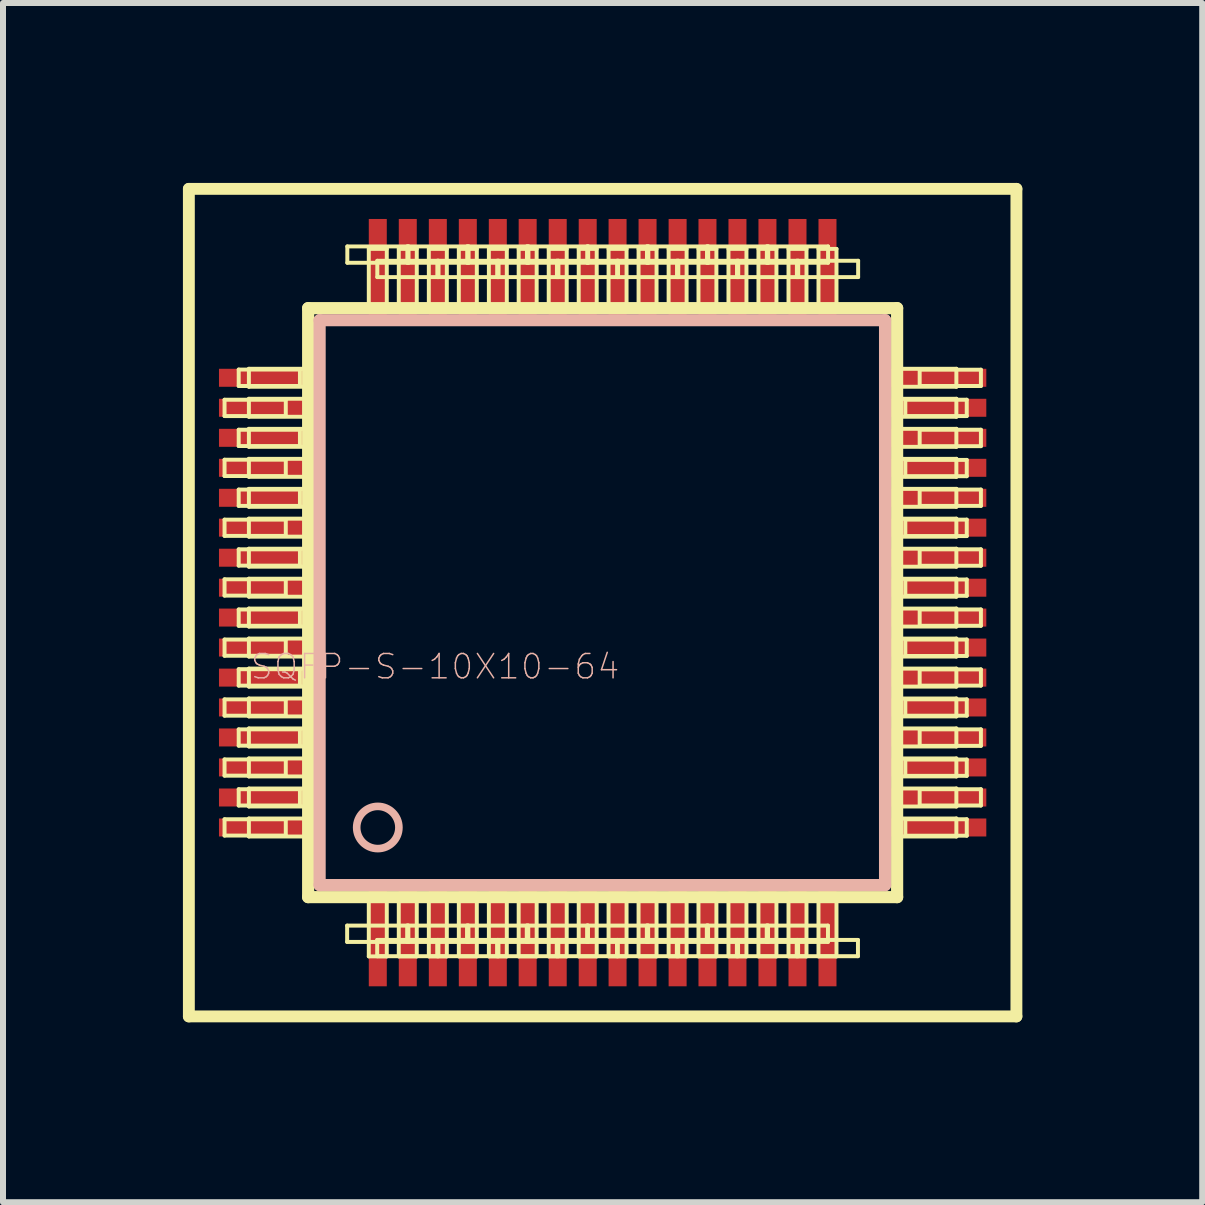
<source format=kicad_pcb>
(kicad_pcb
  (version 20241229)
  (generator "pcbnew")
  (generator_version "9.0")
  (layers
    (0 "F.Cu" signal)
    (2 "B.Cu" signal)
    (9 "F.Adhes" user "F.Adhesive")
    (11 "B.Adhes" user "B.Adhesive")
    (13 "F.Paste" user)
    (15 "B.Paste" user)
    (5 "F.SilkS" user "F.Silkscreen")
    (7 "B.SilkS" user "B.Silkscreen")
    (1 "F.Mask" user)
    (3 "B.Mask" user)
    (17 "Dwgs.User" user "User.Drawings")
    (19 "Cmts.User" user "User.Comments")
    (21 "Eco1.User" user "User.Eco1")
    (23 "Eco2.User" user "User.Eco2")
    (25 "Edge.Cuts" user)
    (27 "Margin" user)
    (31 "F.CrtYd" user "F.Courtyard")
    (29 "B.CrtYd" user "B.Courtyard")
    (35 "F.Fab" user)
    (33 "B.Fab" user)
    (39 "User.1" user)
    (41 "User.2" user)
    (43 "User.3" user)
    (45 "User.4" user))
  (footprint "SQFP-S-10X10-64"
    (layer "F.Cu")
    (at 6.998 6.998)
    (property "Reference" "SQFP-S-10X10-64" (at -2.794 1.067 0) (layer "B.SilkS") (effects (font (size 0.406 0.406) (thickness 0.025))))
    (attr smd)
    (fp_line (start -6.899 -6.899) (end 6.899 -6.899) (stroke (width 0.198) (type solid)) (layer "F.SilkS"))
    (fp_line (start -6.899 6.899) (end -6.899 -6.899) (stroke (width 0.198) (type solid)) (layer "F.SilkS"))
    (fp_line (start -6.304 -3.383) (end -5.283 -3.383) (stroke (width 0.066) (type solid)) (layer "F.SilkS"))
    (fp_line (start -6.304 -3.111) (end -6.304 -3.383) (stroke (width 0.066) (type solid)) (layer "F.SilkS"))
    (fp_line (start -6.304 -3.111) (end -5.283 -3.111) (stroke (width 0.066) (type solid)) (layer "F.SilkS"))
    (fp_line (start -6.304 -2.383) (end -5.283 -2.383) (stroke (width 0.066) (type solid)) (layer "F.SilkS"))
    (fp_line (start -6.304 -2.111) (end -6.304 -2.383) (stroke (width 0.066) (type solid)) (layer "F.SilkS"))
    (fp_line (start -6.304 -2.111) (end -5.283 -2.111) (stroke (width 0.066) (type solid)) (layer "F.SilkS"))
    (fp_line (start -6.304 -1.384) (end -5.283 -1.384) (stroke (width 0.066) (type solid)) (layer "F.SilkS"))
    (fp_line (start -6.304 -1.113) (end -6.304 -1.384) (stroke (width 0.066) (type solid)) (layer "F.SilkS"))
    (fp_line (start -6.304 -1.113) (end -5.283 -1.113) (stroke (width 0.066) (type solid)) (layer "F.SilkS"))
    (fp_line (start -6.304 -0.389) (end -5.283 -0.389) (stroke (width 0.066) (type solid)) (layer "F.SilkS"))
    (fp_line (start -6.304 -0.117) (end -6.304 -0.389) (stroke (width 0.066) (type solid)) (layer "F.SilkS"))
    (fp_line (start -6.304 -0.117) (end -5.283 -0.117) (stroke (width 0.066) (type solid)) (layer "F.SilkS"))
    (fp_line (start -6.304 0.615) (end -5.283 0.615) (stroke (width 0.066) (type solid)) (layer "F.SilkS"))
    (fp_line (start -6.304 0.886) (end -6.304 0.615) (stroke (width 0.066) (type solid)) (layer "F.SilkS"))
    (fp_line (start -6.304 0.886) (end -5.283 0.886) (stroke (width 0.066) (type solid)) (layer "F.SilkS"))
    (fp_line (start -6.304 1.613) (end -5.283 1.613) (stroke (width 0.066) (type solid)) (layer "F.SilkS"))
    (fp_line (start -6.304 1.885) (end -6.304 1.613) (stroke (width 0.066) (type solid)) (layer "F.SilkS"))
    (fp_line (start -6.304 1.885) (end -5.283 1.885) (stroke (width 0.066) (type solid)) (layer "F.SilkS"))
    (fp_line (start -6.304 2.614) (end -5.283 2.614) (stroke (width 0.066) (type solid)) (layer "F.SilkS"))
    (fp_line (start -6.304 2.885) (end -6.304 2.614) (stroke (width 0.066) (type solid)) (layer "F.SilkS"))
    (fp_line (start -6.304 2.885) (end -5.283 2.885) (stroke (width 0.066) (type solid)) (layer "F.SilkS"))
    (fp_line (start -6.304 3.612) (end -5.283 3.612) (stroke (width 0.066) (type solid)) (layer "F.SilkS"))
    (fp_line (start -6.304 3.884) (end -6.304 3.612) (stroke (width 0.066) (type solid)) (layer "F.SilkS"))
    (fp_line (start -6.304 3.884) (end -5.283 3.884) (stroke (width 0.066) (type solid)) (layer "F.SilkS"))
    (fp_line (start -6.068 -3.886) (end -5.047 -3.886) (stroke (width 0.066) (type solid)) (layer "F.SilkS"))
    (fp_line (start -6.068 -3.612) (end -6.068 -3.886) (stroke (width 0.066) (type solid)) (layer "F.SilkS"))
    (fp_line (start -6.068 -3.612) (end -5.047 -3.612) (stroke (width 0.066) (type solid)) (layer "F.SilkS"))
    (fp_line (start -6.068 -2.883) (end -5.047 -2.883) (stroke (width 0.066) (type solid)) (layer "F.SilkS"))
    (fp_line (start -6.068 -2.611) (end -6.068 -2.883) (stroke (width 0.066) (type solid)) (layer "F.SilkS"))
    (fp_line (start -6.068 -2.611) (end -5.047 -2.611) (stroke (width 0.066) (type solid)) (layer "F.SilkS"))
    (fp_line (start -6.068 -1.885) (end -5.047 -1.885) (stroke (width 0.066) (type solid)) (layer "F.SilkS"))
    (fp_line (start -6.068 -1.613) (end -6.068 -1.885) (stroke (width 0.066) (type solid)) (layer "F.SilkS"))
    (fp_line (start -6.068 -1.613) (end -5.047 -1.613) (stroke (width 0.066) (type solid)) (layer "F.SilkS"))
    (fp_line (start -6.068 -0.889) (end -5.047 -0.889) (stroke (width 0.066) (type solid)) (layer "F.SilkS"))
    (fp_line (start -6.068 -0.617) (end -6.068 -0.889) (stroke (width 0.066) (type solid)) (layer "F.SilkS"))
    (fp_line (start -6.068 -0.617) (end -5.047 -0.617) (stroke (width 0.066) (type solid)) (layer "F.SilkS"))
    (fp_line (start -6.068 0.114) (end -5.047 0.114) (stroke (width 0.066) (type solid)) (layer "F.SilkS"))
    (fp_line (start -6.068 0.386) (end -6.068 0.114) (stroke (width 0.066) (type solid)) (layer "F.SilkS"))
    (fp_line (start -6.068 0.386) (end -5.047 0.386) (stroke (width 0.066) (type solid)) (layer "F.SilkS"))
    (fp_line (start -6.068 1.11) (end -5.047 1.11) (stroke (width 0.066) (type solid)) (layer "F.SilkS"))
    (fp_line (start -6.068 1.384) (end -6.068 1.11) (stroke (width 0.066) (type solid)) (layer "F.SilkS"))
    (fp_line (start -6.068 1.384) (end -5.047 1.384) (stroke (width 0.066) (type solid)) (layer "F.SilkS"))
    (fp_line (start -6.068 2.113) (end -5.047 2.113) (stroke (width 0.066) (type solid)) (layer "F.SilkS"))
    (fp_line (start -6.068 2.385) (end -6.068 2.113) (stroke (width 0.066) (type solid)) (layer "F.SilkS"))
    (fp_line (start -6.068 2.385) (end -5.047 2.385) (stroke (width 0.066) (type solid)) (layer "F.SilkS"))
    (fp_line (start -6.068 3.111) (end -5.047 3.111) (stroke (width 0.066) (type solid)) (layer "F.SilkS"))
    (fp_line (start -6.068 3.383) (end -6.068 3.111) (stroke (width 0.066) (type solid)) (layer "F.SilkS"))
    (fp_line (start -6.068 3.383) (end -5.047 3.383) (stroke (width 0.066) (type solid)) (layer "F.SilkS"))
    (fp_line (start -5.898 -3.899) (end -4.948 -3.899) (stroke (width 0.066) (type solid)) (layer "F.SilkS"))
    (fp_line (start -5.898 -3.599) (end -5.898 -3.899) (stroke (width 0.066) (type solid)) (layer "F.SilkS"))
    (fp_line (start -5.898 -3.599) (end -4.948 -3.599) (stroke (width 0.066) (type solid)) (layer "F.SilkS"))
    (fp_line (start -5.898 -3.399) (end -4.948 -3.399) (stroke (width 0.066) (type solid)) (layer "F.SilkS"))
    (fp_line (start -5.898 -3.099) (end -5.898 -3.399) (stroke (width 0.066) (type solid)) (layer "F.SilkS"))
    (fp_line (start -5.898 -3.099) (end -4.948 -3.099) (stroke (width 0.066) (type solid)) (layer "F.SilkS"))
    (fp_line (start -5.898 -2.898) (end -4.948 -2.898) (stroke (width 0.066) (type solid)) (layer "F.SilkS"))
    (fp_line (start -5.898 -2.598) (end -5.898 -2.898) (stroke (width 0.066) (type solid)) (layer "F.SilkS"))
    (fp_line (start -5.898 -2.598) (end -4.948 -2.598) (stroke (width 0.066) (type solid)) (layer "F.SilkS"))
    (fp_line (start -5.898 -2.398) (end -4.948 -2.398) (stroke (width 0.066) (type solid)) (layer "F.SilkS"))
    (fp_line (start -5.898 -2.098) (end -5.898 -2.398) (stroke (width 0.066) (type solid)) (layer "F.SilkS"))
    (fp_line (start -5.898 -2.098) (end -4.948 -2.098) (stroke (width 0.066) (type solid)) (layer "F.SilkS"))
    (fp_line (start -5.898 -1.897) (end -4.948 -1.897) (stroke (width 0.066) (type solid)) (layer "F.SilkS"))
    (fp_line (start -5.898 -1.598) (end -5.898 -1.897) (stroke (width 0.066) (type solid)) (layer "F.SilkS"))
    (fp_line (start -5.898 -1.598) (end -4.948 -1.598) (stroke (width 0.066) (type solid)) (layer "F.SilkS"))
    (fp_line (start -5.898 -1.4) (end -4.948 -1.4) (stroke (width 0.066) (type solid)) (layer "F.SilkS"))
    (fp_line (start -5.898 -1.1) (end -5.898 -1.4) (stroke (width 0.066) (type solid)) (layer "F.SilkS"))
    (fp_line (start -5.898 -1.1) (end -4.948 -1.1) (stroke (width 0.066) (type solid)) (layer "F.SilkS"))
    (fp_line (start -5.898 -0.899) (end -4.948 -0.899) (stroke (width 0.066) (type solid)) (layer "F.SilkS"))
    (fp_line (start -5.898 -0.599) (end -5.898 -0.899) (stroke (width 0.066) (type solid)) (layer "F.SilkS"))
    (fp_line (start -5.898 -0.599) (end -4.948 -0.599) (stroke (width 0.066) (type solid)) (layer "F.SilkS"))
    (fp_line (start -5.898 -0.399) (end -4.948 -0.399) (stroke (width 0.066) (type solid)) (layer "F.SilkS"))
    (fp_line (start -5.898 -0.099) (end -5.898 -0.399) (stroke (width 0.066) (type solid)) (layer "F.SilkS"))
    (fp_line (start -5.898 -0.099) (end -4.948 -0.099) (stroke (width 0.066) (type solid)) (layer "F.SilkS"))
    (fp_line (start -5.898 0.099) (end -4.948 0.099) (stroke (width 0.066) (type solid)) (layer "F.SilkS"))
    (fp_line (start -5.898 0.399) (end -5.898 0.099) (stroke (width 0.066) (type solid)) (layer "F.SilkS"))
    (fp_line (start -5.898 0.399) (end -4.948 0.399) (stroke (width 0.066) (type solid)) (layer "F.SilkS"))
    (fp_line (start -5.898 0.599) (end -4.948 0.599) (stroke (width 0.066) (type solid)) (layer "F.SilkS"))
    (fp_line (start -5.898 0.899) (end -5.898 0.599) (stroke (width 0.066) (type solid)) (layer "F.SilkS"))
    (fp_line (start -5.898 0.899) (end -4.948 0.899) (stroke (width 0.066) (type solid)) (layer "F.SilkS"))
    (fp_line (start -5.898 1.1) (end -4.948 1.1) (stroke (width 0.066) (type solid)) (layer "F.SilkS"))
    (fp_line (start -5.898 1.4) (end -5.898 1.1) (stroke (width 0.066) (type solid)) (layer "F.SilkS"))
    (fp_line (start -5.898 1.4) (end -4.948 1.4) (stroke (width 0.066) (type solid)) (layer "F.SilkS"))
    (fp_line (start -5.898 1.598) (end -4.948 1.598) (stroke (width 0.066) (type solid)) (layer "F.SilkS"))
    (fp_line (start -5.898 1.897) (end -5.898 1.598) (stroke (width 0.066) (type solid)) (layer "F.SilkS"))
    (fp_line (start -5.898 1.897) (end -4.948 1.897) (stroke (width 0.066) (type solid)) (layer "F.SilkS"))
    (fp_line (start -5.898 2.098) (end -4.948 2.098) (stroke (width 0.066) (type solid)) (layer "F.SilkS"))
    (fp_line (start -5.898 2.398) (end -5.898 2.098) (stroke (width 0.066) (type solid)) (layer "F.SilkS"))
    (fp_line (start -5.898 2.398) (end -4.948 2.398) (stroke (width 0.066) (type solid)) (layer "F.SilkS"))
    (fp_line (start -5.898 2.598) (end -4.948 2.598) (stroke (width 0.066) (type solid)) (layer "F.SilkS"))
    (fp_line (start -5.898 2.898) (end -5.898 2.598) (stroke (width 0.066) (type solid)) (layer "F.SilkS"))
    (fp_line (start -5.898 2.898) (end -4.948 2.898) (stroke (width 0.066) (type solid)) (layer "F.SilkS"))
    (fp_line (start -5.898 3.099) (end -4.948 3.099) (stroke (width 0.066) (type solid)) (layer "F.SilkS"))
    (fp_line (start -5.898 3.399) (end -5.898 3.099) (stroke (width 0.066) (type solid)) (layer "F.SilkS"))
    (fp_line (start -5.898 3.399) (end -4.948 3.399) (stroke (width 0.066) (type solid)) (layer "F.SilkS"))
    (fp_line (start -5.898 3.599) (end -4.948 3.599) (stroke (width 0.066) (type solid)) (layer "F.SilkS"))
    (fp_line (start -5.898 3.899) (end -5.898 3.599) (stroke (width 0.066) (type solid)) (layer "F.SilkS"))
    (fp_line (start -5.898 3.899) (end -4.948 3.899) (stroke (width 0.066) (type solid)) (layer "F.SilkS"))
    (fp_line (start -5.283 -3.111) (end -5.283 -3.383) (stroke (width 0.066) (type solid)) (layer "F.SilkS"))
    (fp_line (start -5.283 -2.111) (end -5.283 -2.383) (stroke (width 0.066) (type solid)) (layer "F.SilkS"))
    (fp_line (start -5.283 -1.113) (end -5.283 -1.384) (stroke (width 0.066) (type solid)) (layer "F.SilkS"))
    (fp_line (start -5.283 -0.117) (end -5.283 -0.389) (stroke (width 0.066) (type solid)) (layer "F.SilkS"))
    (fp_line (start -5.283 0.886) (end -5.283 0.615) (stroke (width 0.066) (type solid)) (layer "F.SilkS"))
    (fp_line (start -5.283 1.885) (end -5.283 1.613) (stroke (width 0.066) (type solid)) (layer "F.SilkS"))
    (fp_line (start -5.283 2.885) (end -5.283 2.614) (stroke (width 0.066) (type solid)) (layer "F.SilkS"))
    (fp_line (start -5.283 3.884) (end -5.283 3.612) (stroke (width 0.066) (type solid)) (layer "F.SilkS"))
    (fp_line (start -5.047 -3.612) (end -5.047 -3.886) (stroke (width 0.066) (type solid)) (layer "F.SilkS"))
    (fp_line (start -5.047 -2.611) (end -5.047 -2.883) (stroke (width 0.066) (type solid)) (layer "F.SilkS"))
    (fp_line (start -5.047 -1.613) (end -5.047 -1.885) (stroke (width 0.066) (type solid)) (layer "F.SilkS"))
    (fp_line (start -5.047 -0.617) (end -5.047 -0.889) (stroke (width 0.066) (type solid)) (layer "F.SilkS"))
    (fp_line (start -5.047 0.386) (end -5.047 0.114) (stroke (width 0.066) (type solid)) (layer "F.SilkS"))
    (fp_line (start -5.047 1.384) (end -5.047 1.11) (stroke (width 0.066) (type solid)) (layer "F.SilkS"))
    (fp_line (start -5.047 2.385) (end -5.047 2.113) (stroke (width 0.066) (type solid)) (layer "F.SilkS"))
    (fp_line (start -5.047 3.383) (end -5.047 3.111) (stroke (width 0.066) (type solid)) (layer "F.SilkS"))
    (fp_line (start -4.948 -3.599) (end -4.948 -3.899) (stroke (width 0.066) (type solid)) (layer "F.SilkS"))
    (fp_line (start -4.948 -3.099) (end -4.948 -3.399) (stroke (width 0.066) (type solid)) (layer "F.SilkS"))
    (fp_line (start -4.948 -2.598) (end -4.948 -2.898) (stroke (width 0.066) (type solid)) (layer "F.SilkS"))
    (fp_line (start -4.948 -2.098) (end -4.948 -2.398) (stroke (width 0.066) (type solid)) (layer "F.SilkS"))
    (fp_line (start -4.948 -1.598) (end -4.948 -1.897) (stroke (width 0.066) (type solid)) (layer "F.SilkS"))
    (fp_line (start -4.948 -1.1) (end -4.948 -1.4) (stroke (width 0.066) (type solid)) (layer "F.SilkS"))
    (fp_line (start -4.948 -0.599) (end -4.948 -0.899) (stroke (width 0.066) (type solid)) (layer "F.SilkS"))
    (fp_line (start -4.948 -0.099) (end -4.948 -0.399) (stroke (width 0.066) (type solid)) (layer "F.SilkS"))
    (fp_line (start -4.948 0.399) (end -4.948 0.099) (stroke (width 0.066) (type solid)) (layer "F.SilkS"))
    (fp_line (start -4.948 0.899) (end -4.948 0.599) (stroke (width 0.066) (type solid)) (layer "F.SilkS"))
    (fp_line (start -4.948 1.4) (end -4.948 1.1) (stroke (width 0.066) (type solid)) (layer "F.SilkS"))
    (fp_line (start -4.948 1.897) (end -4.948 1.598) (stroke (width 0.066) (type solid)) (layer "F.SilkS"))
    (fp_line (start -4.948 2.398) (end -4.948 2.098) (stroke (width 0.066) (type solid)) (layer "F.SilkS"))
    (fp_line (start -4.948 2.898) (end -4.948 2.598) (stroke (width 0.066) (type solid)) (layer "F.SilkS"))
    (fp_line (start -4.948 3.399) (end -4.948 3.099) (stroke (width 0.066) (type solid)) (layer "F.SilkS"))
    (fp_line (start -4.948 3.899) (end -4.948 3.599) (stroke (width 0.066) (type solid)) (layer "F.SilkS"))
    (fp_line (start -4.91 -4.91) (end -4.91 4.91) (stroke (width 0.203) (type solid)) (layer "F.SilkS"))
    (fp_line (start -4.91 4.91) (end 4.91 4.91) (stroke (width 0.203) (type solid)) (layer "F.SilkS"))
    (fp_line (start -4.26 5.385) (end -3.239 5.385) (stroke (width 0.066) (type solid)) (layer "F.SilkS"))
    (fp_line (start -4.26 5.657) (end -4.26 5.385) (stroke (width 0.066) (type solid)) (layer "F.SilkS"))
    (fp_line (start -4.26 5.657) (end -3.239 5.657) (stroke (width 0.066) (type solid)) (layer "F.SilkS"))
    (fp_line (start -4.257 -5.939) (end -3.236 -5.939) (stroke (width 0.066) (type solid)) (layer "F.SilkS"))
    (fp_line (start -4.257 -5.667) (end -4.257 -5.939) (stroke (width 0.066) (type solid)) (layer "F.SilkS"))
    (fp_line (start -4.257 -5.667) (end -3.236 -5.667) (stroke (width 0.066) (type solid)) (layer "F.SilkS"))
    (fp_line (start -3.899 -5.898) (end -3.599 -5.898) (stroke (width 0.066) (type solid)) (layer "F.SilkS"))
    (fp_line (start -3.899 -4.948) (end -3.899 -5.898) (stroke (width 0.066) (type solid)) (layer "F.SilkS"))
    (fp_line (start -3.899 -4.948) (end -3.599 -4.948) (stroke (width 0.066) (type solid)) (layer "F.SilkS"))
    (fp_line (start -3.899 4.948) (end -3.599 4.948) (stroke (width 0.066) (type solid)) (layer "F.SilkS"))
    (fp_line (start -3.899 5.898) (end -3.899 4.948) (stroke (width 0.066) (type solid)) (layer "F.SilkS"))
    (fp_line (start -3.899 5.898) (end -3.599 5.898) (stroke (width 0.066) (type solid)) (layer "F.SilkS"))
    (fp_line (start -3.759 5.624) (end -2.738 5.624) (stroke (width 0.066) (type solid)) (layer "F.SilkS"))
    (fp_line (start -3.759 5.895) (end -3.759 5.624) (stroke (width 0.066) (type solid)) (layer "F.SilkS"))
    (fp_line (start -3.759 5.895) (end -2.738 5.895) (stroke (width 0.066) (type solid)) (layer "F.SilkS"))
    (fp_line (start -3.757 -5.7) (end -2.736 -5.7) (stroke (width 0.066) (type solid)) (layer "F.SilkS"))
    (fp_line (start -3.757 -5.428) (end -3.757 -5.7) (stroke (width 0.066) (type solid)) (layer "F.SilkS"))
    (fp_line (start -3.757 -5.428) (end -2.736 -5.428) (stroke (width 0.066) (type solid)) (layer "F.SilkS"))
    (fp_line (start -3.599 -4.948) (end -3.599 -5.898) (stroke (width 0.066) (type solid)) (layer "F.SilkS"))
    (fp_line (start -3.599 5.898) (end -3.599 4.948) (stroke (width 0.066) (type solid)) (layer "F.SilkS"))
    (fp_line (start -3.399 -5.898) (end -3.099 -5.898) (stroke (width 0.066) (type solid)) (layer "F.SilkS"))
    (fp_line (start -3.399 -4.948) (end -3.399 -5.898) (stroke (width 0.066) (type solid)) (layer "F.SilkS"))
    (fp_line (start -3.399 -4.948) (end -3.099 -4.948) (stroke (width 0.066) (type solid)) (layer "F.SilkS"))
    (fp_line (start -3.399 4.948) (end -3.099 4.948) (stroke (width 0.066) (type solid)) (layer "F.SilkS"))
    (fp_line (start -3.399 5.898) (end -3.399 4.948) (stroke (width 0.066) (type solid)) (layer "F.SilkS"))
    (fp_line (start -3.399 5.898) (end -3.099 5.898) (stroke (width 0.066) (type solid)) (layer "F.SilkS"))
    (fp_line (start -3.259 5.385) (end -2.238 5.385) (stroke (width 0.066) (type solid)) (layer "F.SilkS"))
    (fp_line (start -3.259 5.657) (end -3.259 5.385) (stroke (width 0.066) (type solid)) (layer "F.SilkS"))
    (fp_line (start -3.259 5.657) (end -2.238 5.657) (stroke (width 0.066) (type solid)) (layer "F.SilkS"))
    (fp_line (start -3.256 -5.939) (end -2.235 -5.939) (stroke (width 0.066) (type solid)) (layer "F.SilkS"))
    (fp_line (start -3.256 -5.667) (end -3.256 -5.939) (stroke (width 0.066) (type solid)) (layer "F.SilkS"))
    (fp_line (start -3.256 -5.667) (end -2.235 -5.667) (stroke (width 0.066) (type solid)) (layer "F.SilkS"))
    (fp_line (start -3.239 5.657) (end -3.239 5.385) (stroke (width 0.066) (type solid)) (layer "F.SilkS"))
    (fp_line (start -3.236 -5.667) (end -3.236 -5.939) (stroke (width 0.066) (type solid)) (layer "F.SilkS"))
    (fp_line (start -3.099 -4.948) (end -3.099 -5.898) (stroke (width 0.066) (type solid)) (layer "F.SilkS"))
    (fp_line (start -3.099 5.898) (end -3.099 4.948) (stroke (width 0.066) (type solid)) (layer "F.SilkS"))
    (fp_line (start -2.898 -5.898) (end -2.598 -5.898) (stroke (width 0.066) (type solid)) (layer "F.SilkS"))
    (fp_line (start -2.898 -4.948) (end -2.898 -5.898) (stroke (width 0.066) (type solid)) (layer "F.SilkS"))
    (fp_line (start -2.898 -4.948) (end -2.598 -4.948) (stroke (width 0.066) (type solid)) (layer "F.SilkS"))
    (fp_line (start -2.898 4.948) (end -2.598 4.948) (stroke (width 0.066) (type solid)) (layer "F.SilkS"))
    (fp_line (start -2.898 5.898) (end -2.898 4.948) (stroke (width 0.066) (type solid)) (layer "F.SilkS"))
    (fp_line (start -2.898 5.898) (end -2.598 5.898) (stroke (width 0.066) (type solid)) (layer "F.SilkS"))
    (fp_line (start -2.758 5.624) (end -1.737 5.624) (stroke (width 0.066) (type solid)) (layer "F.SilkS"))
    (fp_line (start -2.758 5.895) (end -2.758 5.624) (stroke (width 0.066) (type solid)) (layer "F.SilkS"))
    (fp_line (start -2.758 5.895) (end -1.737 5.895) (stroke (width 0.066) (type solid)) (layer "F.SilkS"))
    (fp_line (start -2.756 -5.7) (end -1.735 -5.7) (stroke (width 0.066) (type solid)) (layer "F.SilkS"))
    (fp_line (start -2.756 -5.428) (end -2.756 -5.7) (stroke (width 0.066) (type solid)) (layer "F.SilkS"))
    (fp_line (start -2.756 -5.428) (end -1.735 -5.428) (stroke (width 0.066) (type solid)) (layer "F.SilkS"))
    (fp_line (start -2.738 5.895) (end -2.738 5.624) (stroke (width 0.066) (type solid)) (layer "F.SilkS"))
    (fp_line (start -2.736 -5.428) (end -2.736 -5.7) (stroke (width 0.066) (type solid)) (layer "F.SilkS"))
    (fp_line (start -2.598 -4.948) (end -2.598 -5.898) (stroke (width 0.066) (type solid)) (layer "F.SilkS"))
    (fp_line (start -2.598 5.898) (end -2.598 4.948) (stroke (width 0.066) (type solid)) (layer "F.SilkS"))
    (fp_line (start -2.398 -5.898) (end -2.098 -5.898) (stroke (width 0.066) (type solid)) (layer "F.SilkS"))
    (fp_line (start -2.398 -4.948) (end -2.398 -5.898) (stroke (width 0.066) (type solid)) (layer "F.SilkS"))
    (fp_line (start -2.398 -4.948) (end -2.098 -4.948) (stroke (width 0.066) (type solid)) (layer "F.SilkS"))
    (fp_line (start -2.398 4.948) (end -2.098 4.948) (stroke (width 0.066) (type solid)) (layer "F.SilkS"))
    (fp_line (start -2.398 5.898) (end -2.398 4.948) (stroke (width 0.066) (type solid)) (layer "F.SilkS"))
    (fp_line (start -2.398 5.898) (end -2.098 5.898) (stroke (width 0.066) (type solid)) (layer "F.SilkS"))
    (fp_line (start -2.261 5.385) (end -1.24 5.385) (stroke (width 0.066) (type solid)) (layer "F.SilkS"))
    (fp_line (start -2.261 5.657) (end -2.261 5.385) (stroke (width 0.066) (type solid)) (layer "F.SilkS"))
    (fp_line (start -2.261 5.657) (end -1.24 5.657) (stroke (width 0.066) (type solid)) (layer "F.SilkS"))
    (fp_line (start -2.258 -5.939) (end -1.237 -5.939) (stroke (width 0.066) (type solid)) (layer "F.SilkS"))
    (fp_line (start -2.258 -5.667) (end -2.258 -5.939) (stroke (width 0.066) (type solid)) (layer "F.SilkS"))
    (fp_line (start -2.258 -5.667) (end -1.237 -5.667) (stroke (width 0.066) (type solid)) (layer "F.SilkS"))
    (fp_line (start -2.238 5.657) (end -2.238 5.385) (stroke (width 0.066) (type solid)) (layer "F.SilkS"))
    (fp_line (start -2.235 -5.667) (end -2.235 -5.939) (stroke (width 0.066) (type solid)) (layer "F.SilkS"))
    (fp_line (start -2.098 -4.948) (end -2.098 -5.898) (stroke (width 0.066) (type solid)) (layer "F.SilkS"))
    (fp_line (start -2.098 5.898) (end -2.098 4.948) (stroke (width 0.066) (type solid)) (layer "F.SilkS"))
    (fp_line (start -1.897 -5.898) (end -1.598 -5.898) (stroke (width 0.066) (type solid)) (layer "F.SilkS"))
    (fp_line (start -1.897 -4.948) (end -1.897 -5.898) (stroke (width 0.066) (type solid)) (layer "F.SilkS"))
    (fp_line (start -1.897 -4.948) (end -1.598 -4.948) (stroke (width 0.066) (type solid)) (layer "F.SilkS"))
    (fp_line (start -1.897 4.948) (end -1.598 4.948) (stroke (width 0.066) (type solid)) (layer "F.SilkS"))
    (fp_line (start -1.897 5.898) (end -1.897 4.948) (stroke (width 0.066) (type solid)) (layer "F.SilkS"))
    (fp_line (start -1.897 5.898) (end -1.598 5.898) (stroke (width 0.066) (type solid)) (layer "F.SilkS"))
    (fp_line (start -1.76 5.624) (end -0.739 5.624) (stroke (width 0.066) (type solid)) (layer "F.SilkS"))
    (fp_line (start -1.76 5.895) (end -1.76 5.624) (stroke (width 0.066) (type solid)) (layer "F.SilkS"))
    (fp_line (start -1.76 5.895) (end -0.739 5.895) (stroke (width 0.066) (type solid)) (layer "F.SilkS"))
    (fp_line (start -1.758 -5.7) (end -0.737 -5.7) (stroke (width 0.066) (type solid)) (layer "F.SilkS"))
    (fp_line (start -1.758 -5.428) (end -1.758 -5.7) (stroke (width 0.066) (type solid)) (layer "F.SilkS"))
    (fp_line (start -1.758 -5.428) (end -0.737 -5.428) (stroke (width 0.066) (type solid)) (layer "F.SilkS"))
    (fp_line (start -1.737 5.895) (end -1.737 5.624) (stroke (width 0.066) (type solid)) (layer "F.SilkS"))
    (fp_line (start -1.735 -5.428) (end -1.735 -5.7) (stroke (width 0.066) (type solid)) (layer "F.SilkS"))
    (fp_line (start -1.598 -4.948) (end -1.598 -5.898) (stroke (width 0.066) (type solid)) (layer "F.SilkS"))
    (fp_line (start -1.598 5.898) (end -1.598 4.948) (stroke (width 0.066) (type solid)) (layer "F.SilkS"))
    (fp_line (start -1.4 -5.898) (end -1.1 -5.898) (stroke (width 0.066) (type solid)) (layer "F.SilkS"))
    (fp_line (start -1.4 -4.948) (end -1.4 -5.898) (stroke (width 0.066) (type solid)) (layer "F.SilkS"))
    (fp_line (start -1.4 -4.948) (end -1.1 -4.948) (stroke (width 0.066) (type solid)) (layer "F.SilkS"))
    (fp_line (start -1.4 4.948) (end -1.1 4.948) (stroke (width 0.066) (type solid)) (layer "F.SilkS"))
    (fp_line (start -1.4 5.898) (end -1.4 4.948) (stroke (width 0.066) (type solid)) (layer "F.SilkS"))
    (fp_line (start -1.4 5.898) (end -1.1 5.898) (stroke (width 0.066) (type solid)) (layer "F.SilkS"))
    (fp_line (start -1.265 5.385) (end -0.244 5.385) (stroke (width 0.066) (type solid)) (layer "F.SilkS"))
    (fp_line (start -1.265 5.657) (end -1.265 5.385) (stroke (width 0.066) (type solid)) (layer "F.SilkS"))
    (fp_line (start -1.265 5.657) (end -0.244 5.657) (stroke (width 0.066) (type solid)) (layer "F.SilkS"))
    (fp_line (start -1.262 -5.939) (end -0.241 -5.939) (stroke (width 0.066) (type solid)) (layer "F.SilkS"))
    (fp_line (start -1.262 -5.667) (end -1.262 -5.939) (stroke (width 0.066) (type solid)) (layer "F.SilkS"))
    (fp_line (start -1.262 -5.667) (end -0.241 -5.667) (stroke (width 0.066) (type solid)) (layer "F.SilkS"))
    (fp_line (start -1.24 5.657) (end -1.24 5.385) (stroke (width 0.066) (type solid)) (layer "F.SilkS"))
    (fp_line (start -1.237 -5.667) (end -1.237 -5.939) (stroke (width 0.066) (type solid)) (layer "F.SilkS"))
    (fp_line (start -1.1 -4.948) (end -1.1 -5.898) (stroke (width 0.066) (type solid)) (layer "F.SilkS"))
    (fp_line (start -1.1 5.898) (end -1.1 4.948) (stroke (width 0.066) (type solid)) (layer "F.SilkS"))
    (fp_line (start -0.899 -5.898) (end -0.599 -5.898) (stroke (width 0.066) (type solid)) (layer "F.SilkS"))
    (fp_line (start -0.899 -4.948) (end -0.899 -5.898) (stroke (width 0.066) (type solid)) (layer "F.SilkS"))
    (fp_line (start -0.899 -4.948) (end -0.599 -4.948) (stroke (width 0.066) (type solid)) (layer "F.SilkS"))
    (fp_line (start -0.899 4.948) (end -0.599 4.948) (stroke (width 0.066) (type solid)) (layer "F.SilkS"))
    (fp_line (start -0.899 5.898) (end -0.899 4.948) (stroke (width 0.066) (type solid)) (layer "F.SilkS"))
    (fp_line (start -0.899 5.898) (end -0.599 5.898) (stroke (width 0.066) (type solid)) (layer "F.SilkS"))
    (fp_line (start -0.765 5.624) (end 0.254 5.624) (stroke (width 0.066) (type solid)) (layer "F.SilkS"))
    (fp_line (start -0.765 5.895) (end -0.765 5.624) (stroke (width 0.066) (type solid)) (layer "F.SilkS"))
    (fp_line (start -0.765 5.895) (end 0.254 5.895) (stroke (width 0.066) (type solid)) (layer "F.SilkS"))
    (fp_line (start -0.762 -5.7) (end 0.257 -5.7) (stroke (width 0.066) (type solid)) (layer "F.SilkS"))
    (fp_line (start -0.762 -5.428) (end -0.762 -5.7) (stroke (width 0.066) (type solid)) (layer "F.SilkS"))
    (fp_line (start -0.762 -5.428) (end 0.257 -5.428) (stroke (width 0.066) (type solid)) (layer "F.SilkS"))
    (fp_line (start -0.739 5.895) (end -0.739 5.624) (stroke (width 0.066) (type solid)) (layer "F.SilkS"))
    (fp_line (start -0.737 -5.428) (end -0.737 -5.7) (stroke (width 0.066) (type solid)) (layer "F.SilkS"))
    (fp_line (start -0.599 -4.948) (end -0.599 -5.898) (stroke (width 0.066) (type solid)) (layer "F.SilkS"))
    (fp_line (start -0.599 5.898) (end -0.599 4.948) (stroke (width 0.066) (type solid)) (layer "F.SilkS"))
    (fp_line (start -0.399 -5.898) (end -0.099 -5.898) (stroke (width 0.066) (type solid)) (layer "F.SilkS"))
    (fp_line (start -0.399 -4.948) (end -0.399 -5.898) (stroke (width 0.066) (type solid)) (layer "F.SilkS"))
    (fp_line (start -0.399 -4.948) (end -0.099 -4.948) (stroke (width 0.066) (type solid)) (layer "F.SilkS"))
    (fp_line (start -0.399 4.948) (end -0.099 4.948) (stroke (width 0.066) (type solid)) (layer "F.SilkS"))
    (fp_line (start -0.399 5.898) (end -0.399 4.948) (stroke (width 0.066) (type solid)) (layer "F.SilkS"))
    (fp_line (start -0.399 5.898) (end -0.099 5.898) (stroke (width 0.066) (type solid)) (layer "F.SilkS"))
    (fp_line (start -0.259 5.385) (end 0.759 5.385) (stroke (width 0.066) (type solid)) (layer "F.SilkS"))
    (fp_line (start -0.259 5.657) (end -0.259 5.385) (stroke (width 0.066) (type solid)) (layer "F.SilkS"))
    (fp_line (start -0.259 5.657) (end 0.759 5.657) (stroke (width 0.066) (type solid)) (layer "F.SilkS"))
    (fp_line (start -0.257 -5.939) (end 0.762 -5.939) (stroke (width 0.066) (type solid)) (layer "F.SilkS"))
    (fp_line (start -0.257 -5.667) (end -0.257 -5.939) (stroke (width 0.066) (type solid)) (layer "F.SilkS"))
    (fp_line (start -0.257 -5.667) (end 0.762 -5.667) (stroke (width 0.066) (type solid)) (layer "F.SilkS"))
    (fp_line (start -0.244 5.657) (end -0.244 5.385) (stroke (width 0.066) (type solid)) (layer "F.SilkS"))
    (fp_line (start -0.241 -5.667) (end -0.241 -5.939) (stroke (width 0.066) (type solid)) (layer "F.SilkS"))
    (fp_line (start -0.099 -4.948) (end -0.099 -5.898) (stroke (width 0.066) (type solid)) (layer "F.SilkS"))
    (fp_line (start -0.099 5.898) (end -0.099 4.948) (stroke (width 0.066) (type solid)) (layer "F.SilkS"))
    (fp_line (start 0.099 -5.898) (end 0.399 -5.898) (stroke (width 0.066) (type solid)) (layer "F.SilkS"))
    (fp_line (start 0.099 -4.948) (end 0.099 -5.898) (stroke (width 0.066) (type solid)) (layer "F.SilkS"))
    (fp_line (start 0.099 -4.948) (end 0.399 -4.948) (stroke (width 0.066) (type solid)) (layer "F.SilkS"))
    (fp_line (start 0.099 4.948) (end 0.399 4.948) (stroke (width 0.066) (type solid)) (layer "F.SilkS"))
    (fp_line (start 0.099 5.898) (end 0.099 4.948) (stroke (width 0.066) (type solid)) (layer "F.SilkS"))
    (fp_line (start 0.099 5.898) (end 0.399 5.898) (stroke (width 0.066) (type solid)) (layer "F.SilkS"))
    (fp_line (start 0.239 5.624) (end 1.26 5.624) (stroke (width 0.066) (type solid)) (layer "F.SilkS"))
    (fp_line (start 0.239 5.895) (end 0.239 5.624) (stroke (width 0.066) (type solid)) (layer "F.SilkS"))
    (fp_line (start 0.239 5.895) (end 1.26 5.895) (stroke (width 0.066) (type solid)) (layer "F.SilkS"))
    (fp_line (start 0.241 -5.7) (end 1.262 -5.7) (stroke (width 0.066) (type solid)) (layer "F.SilkS"))
    (fp_line (start 0.241 -5.428) (end 0.241 -5.7) (stroke (width 0.066) (type solid)) (layer "F.SilkS"))
    (fp_line (start 0.241 -5.428) (end 1.262 -5.428) (stroke (width 0.066) (type solid)) (layer "F.SilkS"))
    (fp_line (start 0.254 5.895) (end 0.254 5.624) (stroke (width 0.066) (type solid)) (layer "F.SilkS"))
    (fp_line (start 0.257 -5.428) (end 0.257 -5.7) (stroke (width 0.066) (type solid)) (layer "F.SilkS"))
    (fp_line (start 0.399 -4.948) (end 0.399 -5.898) (stroke (width 0.066) (type solid)) (layer "F.SilkS"))
    (fp_line (start 0.399 5.898) (end 0.399 4.948) (stroke (width 0.066) (type solid)) (layer "F.SilkS"))
    (fp_line (start 0.599 -5.898) (end 0.899 -5.898) (stroke (width 0.066) (type solid)) (layer "F.SilkS"))
    (fp_line (start 0.599 -4.948) (end 0.599 -5.898) (stroke (width 0.066) (type solid)) (layer "F.SilkS"))
    (fp_line (start 0.599 -4.948) (end 0.899 -4.948) (stroke (width 0.066) (type solid)) (layer "F.SilkS"))
    (fp_line (start 0.599 4.948) (end 0.899 4.948) (stroke (width 0.066) (type solid)) (layer "F.SilkS"))
    (fp_line (start 0.599 5.898) (end 0.599 4.948) (stroke (width 0.066) (type solid)) (layer "F.SilkS"))
    (fp_line (start 0.599 5.898) (end 0.899 5.898) (stroke (width 0.066) (type solid)) (layer "F.SilkS"))
    (fp_line (start 0.737 5.385) (end 1.758 5.385) (stroke (width 0.066) (type solid)) (layer "F.SilkS"))
    (fp_line (start 0.737 5.657) (end 0.737 5.385) (stroke (width 0.066) (type solid)) (layer "F.SilkS"))
    (fp_line (start 0.737 5.657) (end 1.758 5.657) (stroke (width 0.066) (type solid)) (layer "F.SilkS"))
    (fp_line (start 0.739 -5.939) (end 1.76 -5.939) (stroke (width 0.066) (type solid)) (layer "F.SilkS"))
    (fp_line (start 0.739 -5.667) (end 0.739 -5.939) (stroke (width 0.066) (type solid)) (layer "F.SilkS"))
    (fp_line (start 0.739 -5.667) (end 1.76 -5.667) (stroke (width 0.066) (type solid)) (layer "F.SilkS"))
    (fp_line (start 0.759 5.657) (end 0.759 5.385) (stroke (width 0.066) (type solid)) (layer "F.SilkS"))
    (fp_line (start 0.762 -5.667) (end 0.762 -5.939) (stroke (width 0.066) (type solid)) (layer "F.SilkS"))
    (fp_line (start 0.899 -4.948) (end 0.899 -5.898) (stroke (width 0.066) (type solid)) (layer "F.SilkS"))
    (fp_line (start 0.899 5.898) (end 0.899 4.948) (stroke (width 0.066) (type solid)) (layer "F.SilkS"))
    (fp_line (start 1.1 -5.898) (end 1.4 -5.898) (stroke (width 0.066) (type solid)) (layer "F.SilkS"))
    (fp_line (start 1.1 -4.948) (end 1.1 -5.898) (stroke (width 0.066) (type solid)) (layer "F.SilkS"))
    (fp_line (start 1.1 -4.948) (end 1.4 -4.948) (stroke (width 0.066) (type solid)) (layer "F.SilkS"))
    (fp_line (start 1.1 4.948) (end 1.4 4.948) (stroke (width 0.066) (type solid)) (layer "F.SilkS"))
    (fp_line (start 1.1 5.898) (end 1.1 4.948) (stroke (width 0.066) (type solid)) (layer "F.SilkS"))
    (fp_line (start 1.1 5.898) (end 1.4 5.898) (stroke (width 0.066) (type solid)) (layer "F.SilkS"))
    (fp_line (start 1.237 5.624) (end 2.258 5.624) (stroke (width 0.066) (type solid)) (layer "F.SilkS"))
    (fp_line (start 1.237 5.895) (end 1.237 5.624) (stroke (width 0.066) (type solid)) (layer "F.SilkS"))
    (fp_line (start 1.237 5.895) (end 2.258 5.895) (stroke (width 0.066) (type solid)) (layer "F.SilkS"))
    (fp_line (start 1.24 -5.7) (end 2.261 -5.7) (stroke (width 0.066) (type solid)) (layer "F.SilkS"))
    (fp_line (start 1.24 -5.428) (end 1.24 -5.7) (stroke (width 0.066) (type solid)) (layer "F.SilkS"))
    (fp_line (start 1.24 -5.428) (end 2.261 -5.428) (stroke (width 0.066) (type solid)) (layer "F.SilkS"))
    (fp_line (start 1.26 5.895) (end 1.26 5.624) (stroke (width 0.066) (type solid)) (layer "F.SilkS"))
    (fp_line (start 1.262 -5.428) (end 1.262 -5.7) (stroke (width 0.066) (type solid)) (layer "F.SilkS"))
    (fp_line (start 1.4 -4.948) (end 1.4 -5.898) (stroke (width 0.066) (type solid)) (layer "F.SilkS"))
    (fp_line (start 1.4 5.898) (end 1.4 4.948) (stroke (width 0.066) (type solid)) (layer "F.SilkS"))
    (fp_line (start 1.598 -5.898) (end 1.897 -5.898) (stroke (width 0.066) (type solid)) (layer "F.SilkS"))
    (fp_line (start 1.598 -4.948) (end 1.598 -5.898) (stroke (width 0.066) (type solid)) (layer "F.SilkS"))
    (fp_line (start 1.598 -4.948) (end 1.897 -4.948) (stroke (width 0.066) (type solid)) (layer "F.SilkS"))
    (fp_line (start 1.598 4.948) (end 1.897 4.948) (stroke (width 0.066) (type solid)) (layer "F.SilkS"))
    (fp_line (start 1.598 5.898) (end 1.598 4.948) (stroke (width 0.066) (type solid)) (layer "F.SilkS"))
    (fp_line (start 1.598 5.898) (end 1.897 5.898) (stroke (width 0.066) (type solid)) (layer "F.SilkS"))
    (fp_line (start 1.737 5.385) (end 2.758 5.385) (stroke (width 0.066) (type solid)) (layer "F.SilkS"))
    (fp_line (start 1.737 5.657) (end 1.737 5.385) (stroke (width 0.066) (type solid)) (layer "F.SilkS"))
    (fp_line (start 1.737 5.657) (end 2.758 5.657) (stroke (width 0.066) (type solid)) (layer "F.SilkS"))
    (fp_line (start 1.74 -5.939) (end 2.761 -5.939) (stroke (width 0.066) (type solid)) (layer "F.SilkS"))
    (fp_line (start 1.74 -5.667) (end 1.74 -5.939) (stroke (width 0.066) (type solid)) (layer "F.SilkS"))
    (fp_line (start 1.74 -5.667) (end 2.761 -5.667) (stroke (width 0.066) (type solid)) (layer "F.SilkS"))
    (fp_line (start 1.758 5.657) (end 1.758 5.385) (stroke (width 0.066) (type solid)) (layer "F.SilkS"))
    (fp_line (start 1.76 -5.667) (end 1.76 -5.939) (stroke (width 0.066) (type solid)) (layer "F.SilkS"))
    (fp_line (start 1.897 -4.948) (end 1.897 -5.898) (stroke (width 0.066) (type solid)) (layer "F.SilkS"))
    (fp_line (start 1.897 5.898) (end 1.897 4.948) (stroke (width 0.066) (type solid)) (layer "F.SilkS"))
    (fp_line (start 2.098 -5.898) (end 2.398 -5.898) (stroke (width 0.066) (type solid)) (layer "F.SilkS"))
    (fp_line (start 2.098 -4.948) (end 2.098 -5.898) (stroke (width 0.066) (type solid)) (layer "F.SilkS"))
    (fp_line (start 2.098 -4.948) (end 2.398 -4.948) (stroke (width 0.066) (type solid)) (layer "F.SilkS"))
    (fp_line (start 2.098 4.948) (end 2.398 4.948) (stroke (width 0.066) (type solid)) (layer "F.SilkS"))
    (fp_line (start 2.098 5.898) (end 2.098 4.948) (stroke (width 0.066) (type solid)) (layer "F.SilkS"))
    (fp_line (start 2.098 5.898) (end 2.398 5.898) (stroke (width 0.066) (type solid)) (layer "F.SilkS"))
    (fp_line (start 2.238 5.624) (end 3.259 5.624) (stroke (width 0.066) (type solid)) (layer "F.SilkS"))
    (fp_line (start 2.238 5.895) (end 2.238 5.624) (stroke (width 0.066) (type solid)) (layer "F.SilkS"))
    (fp_line (start 2.238 5.895) (end 3.259 5.895) (stroke (width 0.066) (type solid)) (layer "F.SilkS"))
    (fp_line (start 2.24 -5.7) (end 3.261 -5.7) (stroke (width 0.066) (type solid)) (layer "F.SilkS"))
    (fp_line (start 2.24 -5.428) (end 2.24 -5.7) (stroke (width 0.066) (type solid)) (layer "F.SilkS"))
    (fp_line (start 2.24 -5.428) (end 3.261 -5.428) (stroke (width 0.066) (type solid)) (layer "F.SilkS"))
    (fp_line (start 2.258 5.895) (end 2.258 5.624) (stroke (width 0.066) (type solid)) (layer "F.SilkS"))
    (fp_line (start 2.261 -5.428) (end 2.261 -5.7) (stroke (width 0.066) (type solid)) (layer "F.SilkS"))
    (fp_line (start 2.398 -4.948) (end 2.398 -5.898) (stroke (width 0.066) (type solid)) (layer "F.SilkS"))
    (fp_line (start 2.398 5.898) (end 2.398 4.948) (stroke (width 0.066) (type solid)) (layer "F.SilkS"))
    (fp_line (start 2.598 -5.898) (end 2.898 -5.898) (stroke (width 0.066) (type solid)) (layer "F.SilkS"))
    (fp_line (start 2.598 -4.948) (end 2.598 -5.898) (stroke (width 0.066) (type solid)) (layer "F.SilkS"))
    (fp_line (start 2.598 -4.948) (end 2.898 -4.948) (stroke (width 0.066) (type solid)) (layer "F.SilkS"))
    (fp_line (start 2.598 4.948) (end 2.898 4.948) (stroke (width 0.066) (type solid)) (layer "F.SilkS"))
    (fp_line (start 2.598 5.898) (end 2.598 4.948) (stroke (width 0.066) (type solid)) (layer "F.SilkS"))
    (fp_line (start 2.598 5.898) (end 2.898 5.898) (stroke (width 0.066) (type solid)) (layer "F.SilkS"))
    (fp_line (start 2.736 5.385) (end 3.757 5.385) (stroke (width 0.066) (type solid)) (layer "F.SilkS"))
    (fp_line (start 2.736 5.657) (end 2.736 5.385) (stroke (width 0.066) (type solid)) (layer "F.SilkS"))
    (fp_line (start 2.736 5.657) (end 3.757 5.657) (stroke (width 0.066) (type solid)) (layer "F.SilkS"))
    (fp_line (start 2.738 -5.939) (end 3.759 -5.939) (stroke (width 0.066) (type solid)) (layer "F.SilkS"))
    (fp_line (start 2.738 -5.667) (end 2.738 -5.939) (stroke (width 0.066) (type solid)) (layer "F.SilkS"))
    (fp_line (start 2.738 -5.667) (end 3.759 -5.667) (stroke (width 0.066) (type solid)) (layer "F.SilkS"))
    (fp_line (start 2.758 5.657) (end 2.758 5.385) (stroke (width 0.066) (type solid)) (layer "F.SilkS"))
    (fp_line (start 2.761 -5.667) (end 2.761 -5.939) (stroke (width 0.066) (type solid)) (layer "F.SilkS"))
    (fp_line (start 2.898 -4.948) (end 2.898 -5.898) (stroke (width 0.066) (type solid)) (layer "F.SilkS"))
    (fp_line (start 2.898 5.898) (end 2.898 4.948) (stroke (width 0.066) (type solid)) (layer "F.SilkS"))
    (fp_line (start 3.099 -5.898) (end 3.399 -5.898) (stroke (width 0.066) (type solid)) (layer "F.SilkS"))
    (fp_line (start 3.099 -4.948) (end 3.099 -5.898) (stroke (width 0.066) (type solid)) (layer "F.SilkS"))
    (fp_line (start 3.099 -4.948) (end 3.399 -4.948) (stroke (width 0.066) (type solid)) (layer "F.SilkS"))
    (fp_line (start 3.099 4.948) (end 3.399 4.948) (stroke (width 0.066) (type solid)) (layer "F.SilkS"))
    (fp_line (start 3.099 5.898) (end 3.099 4.948) (stroke (width 0.066) (type solid)) (layer "F.SilkS"))
    (fp_line (start 3.099 5.898) (end 3.399 5.898) (stroke (width 0.066) (type solid)) (layer "F.SilkS"))
    (fp_line (start 3.236 5.624) (end 4.257 5.624) (stroke (width 0.066) (type solid)) (layer "F.SilkS"))
    (fp_line (start 3.236 5.895) (end 3.236 5.624) (stroke (width 0.066) (type solid)) (layer "F.SilkS"))
    (fp_line (start 3.236 5.895) (end 4.257 5.895) (stroke (width 0.066) (type solid)) (layer "F.SilkS"))
    (fp_line (start 3.239 -5.7) (end 4.26 -5.7) (stroke (width 0.066) (type solid)) (layer "F.SilkS"))
    (fp_line (start 3.239 -5.428) (end 3.239 -5.7) (stroke (width 0.066) (type solid)) (layer "F.SilkS"))
    (fp_line (start 3.239 -5.428) (end 4.26 -5.428) (stroke (width 0.066) (type solid)) (layer "F.SilkS"))
    (fp_line (start 3.259 5.895) (end 3.259 5.624) (stroke (width 0.066) (type solid)) (layer "F.SilkS"))
    (fp_line (start 3.261 -5.428) (end 3.261 -5.7) (stroke (width 0.066) (type solid)) (layer "F.SilkS"))
    (fp_line (start 3.399 -4.948) (end 3.399 -5.898) (stroke (width 0.066) (type solid)) (layer "F.SilkS"))
    (fp_line (start 3.399 5.898) (end 3.399 4.948) (stroke (width 0.066) (type solid)) (layer "F.SilkS"))
    (fp_line (start 3.599 -5.898) (end 3.899 -5.898) (stroke (width 0.066) (type solid)) (layer "F.SilkS"))
    (fp_line (start 3.599 -4.948) (end 3.599 -5.898) (stroke (width 0.066) (type solid)) (layer "F.SilkS"))
    (fp_line (start 3.599 -4.948) (end 3.899 -4.948) (stroke (width 0.066) (type solid)) (layer "F.SilkS"))
    (fp_line (start 3.599 4.948) (end 3.899 4.948) (stroke (width 0.066) (type solid)) (layer "F.SilkS"))
    (fp_line (start 3.599 5.898) (end 3.599 4.948) (stroke (width 0.066) (type solid)) (layer "F.SilkS"))
    (fp_line (start 3.599 5.898) (end 3.899 5.898) (stroke (width 0.066) (type solid)) (layer "F.SilkS"))
    (fp_line (start 3.757 5.657) (end 3.757 5.385) (stroke (width 0.066) (type solid)) (layer "F.SilkS"))
    (fp_line (start 3.759 -5.667) (end 3.759 -5.939) (stroke (width 0.066) (type solid)) (layer "F.SilkS"))
    (fp_line (start 3.899 -4.948) (end 3.899 -5.898) (stroke (width 0.066) (type solid)) (layer "F.SilkS"))
    (fp_line (start 3.899 5.898) (end 3.899 4.948) (stroke (width 0.066) (type solid)) (layer "F.SilkS"))
    (fp_line (start 4.257 5.895) (end 4.257 5.624) (stroke (width 0.066) (type solid)) (layer "F.SilkS"))
    (fp_line (start 4.26 -5.428) (end 4.26 -5.7) (stroke (width 0.066) (type solid)) (layer "F.SilkS"))
    (fp_line (start 4.91 -4.91) (end -4.91 -4.91) (stroke (width 0.203) (type solid)) (layer "F.SilkS"))
    (fp_line (start 4.91 4.91) (end 4.91 -4.91) (stroke (width 0.203) (type solid)) (layer "F.SilkS"))
    (fp_line (start 4.948 -3.899) (end 5.898 -3.899) (stroke (width 0.066) (type solid)) (layer "F.SilkS"))
    (fp_line (start 4.948 -3.599) (end 4.948 -3.899) (stroke (width 0.066) (type solid)) (layer "F.SilkS"))
    (fp_line (start 4.948 -3.599) (end 5.898 -3.599) (stroke (width 0.066) (type solid)) (layer "F.SilkS"))
    (fp_line (start 4.948 -3.399) (end 5.898 -3.399) (stroke (width 0.066) (type solid)) (layer "F.SilkS"))
    (fp_line (start 4.948 -3.099) (end 4.948 -3.399) (stroke (width 0.066) (type solid)) (layer "F.SilkS"))
    (fp_line (start 4.948 -3.099) (end 5.898 -3.099) (stroke (width 0.066) (type solid)) (layer "F.SilkS"))
    (fp_line (start 4.948 -2.898) (end 5.898 -2.898) (stroke (width 0.066) (type solid)) (layer "F.SilkS"))
    (fp_line (start 4.948 -2.598) (end 4.948 -2.898) (stroke (width 0.066) (type solid)) (layer "F.SilkS"))
    (fp_line (start 4.948 -2.598) (end 5.898 -2.598) (stroke (width 0.066) (type solid)) (layer "F.SilkS"))
    (fp_line (start 4.948 -2.398) (end 5.898 -2.398) (stroke (width 0.066) (type solid)) (layer "F.SilkS"))
    (fp_line (start 4.948 -2.098) (end 4.948 -2.398) (stroke (width 0.066) (type solid)) (layer "F.SilkS"))
    (fp_line (start 4.948 -2.098) (end 5.898 -2.098) (stroke (width 0.066) (type solid)) (layer "F.SilkS"))
    (fp_line (start 4.948 -1.897) (end 5.898 -1.897) (stroke (width 0.066) (type solid)) (layer "F.SilkS"))
    (fp_line (start 4.948 -1.598) (end 4.948 -1.897) (stroke (width 0.066) (type solid)) (layer "F.SilkS"))
    (fp_line (start 4.948 -1.598) (end 5.898 -1.598) (stroke (width 0.066) (type solid)) (layer "F.SilkS"))
    (fp_line (start 4.948 -1.4) (end 5.898 -1.4) (stroke (width 0.066) (type solid)) (layer "F.SilkS"))
    (fp_line (start 4.948 -1.1) (end 4.948 -1.4) (stroke (width 0.066) (type solid)) (layer "F.SilkS"))
    (fp_line (start 4.948 -1.1) (end 5.898 -1.1) (stroke (width 0.066) (type solid)) (layer "F.SilkS"))
    (fp_line (start 4.948 -0.899) (end 5.898 -0.899) (stroke (width 0.066) (type solid)) (layer "F.SilkS"))
    (fp_line (start 4.948 -0.599) (end 4.948 -0.899) (stroke (width 0.066) (type solid)) (layer "F.SilkS"))
    (fp_line (start 4.948 -0.599) (end 5.898 -0.599) (stroke (width 0.066) (type solid)) (layer "F.SilkS"))
    (fp_line (start 4.948 -0.399) (end 5.898 -0.399) (stroke (width 0.066) (type solid)) (layer "F.SilkS"))
    (fp_line (start 4.948 -0.099) (end 4.948 -0.399) (stroke (width 0.066) (type solid)) (layer "F.SilkS"))
    (fp_line (start 4.948 -0.099) (end 5.898 -0.099) (stroke (width 0.066) (type solid)) (layer "F.SilkS"))
    (fp_line (start 4.948 0.099) (end 5.898 0.099) (stroke (width 0.066) (type solid)) (layer "F.SilkS"))
    (fp_line (start 4.948 0.399) (end 4.948 0.099) (stroke (width 0.066) (type solid)) (layer "F.SilkS"))
    (fp_line (start 4.948 0.399) (end 5.898 0.399) (stroke (width 0.066) (type solid)) (layer "F.SilkS"))
    (fp_line (start 4.948 0.599) (end 5.898 0.599) (stroke (width 0.066) (type solid)) (layer "F.SilkS"))
    (fp_line (start 4.948 0.899) (end 4.948 0.599) (stroke (width 0.066) (type solid)) (layer "F.SilkS"))
    (fp_line (start 4.948 0.899) (end 5.898 0.899) (stroke (width 0.066) (type solid)) (layer "F.SilkS"))
    (fp_line (start 4.948 1.1) (end 5.898 1.1) (stroke (width 0.066) (type solid)) (layer "F.SilkS"))
    (fp_line (start 4.948 1.4) (end 4.948 1.1) (stroke (width 0.066) (type solid)) (layer "F.SilkS"))
    (fp_line (start 4.948 1.4) (end 5.898 1.4) (stroke (width 0.066) (type solid)) (layer "F.SilkS"))
    (fp_line (start 4.948 1.598) (end 5.898 1.598) (stroke (width 0.066) (type solid)) (layer "F.SilkS"))
    (fp_line (start 4.948 1.897) (end 4.948 1.598) (stroke (width 0.066) (type solid)) (layer "F.SilkS"))
    (fp_line (start 4.948 1.897) (end 5.898 1.897) (stroke (width 0.066) (type solid)) (layer "F.SilkS"))
    (fp_line (start 4.948 2.098) (end 5.898 2.098) (stroke (width 0.066) (type solid)) (layer "F.SilkS"))
    (fp_line (start 4.948 2.398) (end 4.948 2.098) (stroke (width 0.066) (type solid)) (layer "F.SilkS"))
    (fp_line (start 4.948 2.398) (end 5.898 2.398) (stroke (width 0.066) (type solid)) (layer "F.SilkS"))
    (fp_line (start 4.948 2.598) (end 5.898 2.598) (stroke (width 0.066) (type solid)) (layer "F.SilkS"))
    (fp_line (start 4.948 2.898) (end 4.948 2.598) (stroke (width 0.066) (type solid)) (layer "F.SilkS"))
    (fp_line (start 4.948 2.898) (end 5.898 2.898) (stroke (width 0.066) (type solid)) (layer "F.SilkS"))
    (fp_line (start 4.948 3.099) (end 5.898 3.099) (stroke (width 0.066) (type solid)) (layer "F.SilkS"))
    (fp_line (start 4.948 3.399) (end 4.948 3.099) (stroke (width 0.066) (type solid)) (layer "F.SilkS"))
    (fp_line (start 4.948 3.399) (end 5.898 3.399) (stroke (width 0.066) (type solid)) (layer "F.SilkS"))
    (fp_line (start 4.948 3.599) (end 5.898 3.599) (stroke (width 0.066) (type solid)) (layer "F.SilkS"))
    (fp_line (start 4.948 3.899) (end 4.948 3.599) (stroke (width 0.066) (type solid)) (layer "F.SilkS"))
    (fp_line (start 4.948 3.899) (end 5.898 3.899) (stroke (width 0.066) (type solid)) (layer "F.SilkS"))
    (fp_line (start 5.047 -3.383) (end 6.071 -3.383) (stroke (width 0.066) (type solid)) (layer "F.SilkS"))
    (fp_line (start 5.047 -3.111) (end 5.047 -3.383) (stroke (width 0.066) (type solid)) (layer "F.SilkS"))
    (fp_line (start 5.047 -3.111) (end 6.071 -3.111) (stroke (width 0.066) (type solid)) (layer "F.SilkS"))
    (fp_line (start 5.047 -2.38) (end 6.071 -2.38) (stroke (width 0.066) (type solid)) (layer "F.SilkS"))
    (fp_line (start 5.047 -2.108) (end 5.047 -2.38) (stroke (width 0.066) (type solid)) (layer "F.SilkS"))
    (fp_line (start 5.047 -2.108) (end 6.071 -2.108) (stroke (width 0.066) (type solid)) (layer "F.SilkS"))
    (fp_line (start 5.047 -1.384) (end 6.071 -1.384) (stroke (width 0.066) (type solid)) (layer "F.SilkS"))
    (fp_line (start 5.047 -1.11) (end 5.047 -1.384) (stroke (width 0.066) (type solid)) (layer "F.SilkS"))
    (fp_line (start 5.047 -1.11) (end 6.071 -1.11) (stroke (width 0.066) (type solid)) (layer "F.SilkS"))
    (fp_line (start 5.047 -0.386) (end 6.071 -0.386) (stroke (width 0.066) (type solid)) (layer "F.SilkS"))
    (fp_line (start 5.047 -0.114) (end 5.047 -0.386) (stroke (width 0.066) (type solid)) (layer "F.SilkS"))
    (fp_line (start 5.047 -0.114) (end 6.071 -0.114) (stroke (width 0.066) (type solid)) (layer "F.SilkS"))
    (fp_line (start 5.047 0.615) (end 6.071 0.615) (stroke (width 0.066) (type solid)) (layer "F.SilkS"))
    (fp_line (start 5.047 0.889) (end 5.047 0.615) (stroke (width 0.066) (type solid)) (layer "F.SilkS"))
    (fp_line (start 5.047 0.889) (end 6.071 0.889) (stroke (width 0.066) (type solid)) (layer "F.SilkS"))
    (fp_line (start 5.047 1.613) (end 6.071 1.613) (stroke (width 0.066) (type solid)) (layer "F.SilkS"))
    (fp_line (start 5.047 1.885) (end 5.047 1.613) (stroke (width 0.066) (type solid)) (layer "F.SilkS"))
    (fp_line (start 5.047 1.885) (end 6.071 1.885) (stroke (width 0.066) (type solid)) (layer "F.SilkS"))
    (fp_line (start 5.047 2.616) (end 6.071 2.616) (stroke (width 0.066) (type solid)) (layer "F.SilkS"))
    (fp_line (start 5.047 2.888) (end 5.047 2.616) (stroke (width 0.066) (type solid)) (layer "F.SilkS"))
    (fp_line (start 5.047 2.888) (end 6.071 2.888) (stroke (width 0.066) (type solid)) (layer "F.SilkS"))
    (fp_line (start 5.047 3.612) (end 6.071 3.612) (stroke (width 0.066) (type solid)) (layer "F.SilkS"))
    (fp_line (start 5.047 3.886) (end 5.047 3.612) (stroke (width 0.066) (type solid)) (layer "F.SilkS"))
    (fp_line (start 5.047 3.886) (end 6.071 3.886) (stroke (width 0.066) (type solid)) (layer "F.SilkS"))
    (fp_line (start 5.286 -3.884) (end 6.307 -3.884) (stroke (width 0.066) (type solid)) (layer "F.SilkS"))
    (fp_line (start 5.286 -3.612) (end 5.286 -3.884) (stroke (width 0.066) (type solid)) (layer "F.SilkS"))
    (fp_line (start 5.286 -3.612) (end 6.307 -3.612) (stroke (width 0.066) (type solid)) (layer "F.SilkS"))
    (fp_line (start 5.286 -2.883) (end 6.307 -2.883) (stroke (width 0.066) (type solid)) (layer "F.SilkS"))
    (fp_line (start 5.286 -2.609) (end 5.286 -2.883) (stroke (width 0.066) (type solid)) (layer "F.SilkS"))
    (fp_line (start 5.286 -2.609) (end 6.307 -2.609) (stroke (width 0.066) (type solid)) (layer "F.SilkS"))
    (fp_line (start 5.286 -1.885) (end 6.307 -1.885) (stroke (width 0.066) (type solid)) (layer "F.SilkS"))
    (fp_line (start 5.286 -1.613) (end 5.286 -1.885) (stroke (width 0.066) (type solid)) (layer "F.SilkS"))
    (fp_line (start 5.286 -1.613) (end 6.307 -1.613) (stroke (width 0.066) (type solid)) (layer "F.SilkS"))
    (fp_line (start 5.286 -0.889) (end 6.307 -0.889) (stroke (width 0.066) (type solid)) (layer "F.SilkS"))
    (fp_line (start 5.286 -0.615) (end 5.286 -0.889) (stroke (width 0.066) (type solid)) (layer "F.SilkS"))
    (fp_line (start 5.286 -0.615) (end 6.307 -0.615) (stroke (width 0.066) (type solid)) (layer "F.SilkS"))
    (fp_line (start 5.286 0.114) (end 6.307 0.114) (stroke (width 0.066) (type solid)) (layer "F.SilkS"))
    (fp_line (start 5.286 0.386) (end 5.286 0.114) (stroke (width 0.066) (type solid)) (layer "F.SilkS"))
    (fp_line (start 5.286 0.386) (end 6.307 0.386) (stroke (width 0.066) (type solid)) (layer "F.SilkS"))
    (fp_line (start 5.286 1.113) (end 6.307 1.113) (stroke (width 0.066) (type solid)) (layer "F.SilkS"))
    (fp_line (start 5.286 1.384) (end 5.286 1.113) (stroke (width 0.066) (type solid)) (layer "F.SilkS"))
    (fp_line (start 5.286 1.384) (end 6.307 1.384) (stroke (width 0.066) (type solid)) (layer "F.SilkS"))
    (fp_line (start 5.286 2.113) (end 6.307 2.113) (stroke (width 0.066) (type solid)) (layer "F.SilkS"))
    (fp_line (start 5.286 2.388) (end 5.286 2.113) (stroke (width 0.066) (type solid)) (layer "F.SilkS"))
    (fp_line (start 5.286 2.388) (end 6.307 2.388) (stroke (width 0.066) (type solid)) (layer "F.SilkS"))
    (fp_line (start 5.286 3.111) (end 6.307 3.111) (stroke (width 0.066) (type solid)) (layer "F.SilkS"))
    (fp_line (start 5.286 3.383) (end 5.286 3.111) (stroke (width 0.066) (type solid)) (layer "F.SilkS"))
    (fp_line (start 5.286 3.383) (end 6.307 3.383) (stroke (width 0.066) (type solid)) (layer "F.SilkS"))
    (fp_line (start 5.898 -3.599) (end 5.898 -3.899) (stroke (width 0.066) (type solid)) (layer "F.SilkS"))
    (fp_line (start 5.898 -3.099) (end 5.898 -3.399) (stroke (width 0.066) (type solid)) (layer "F.SilkS"))
    (fp_line (start 5.898 -2.598) (end 5.898 -2.898) (stroke (width 0.066) (type solid)) (layer "F.SilkS"))
    (fp_line (start 5.898 -2.098) (end 5.898 -2.398) (stroke (width 0.066) (type solid)) (layer "F.SilkS"))
    (fp_line (start 5.898 -1.598) (end 5.898 -1.897) (stroke (width 0.066) (type solid)) (layer "F.SilkS"))
    (fp_line (start 5.898 -1.1) (end 5.898 -1.4) (stroke (width 0.066) (type solid)) (layer "F.SilkS"))
    (fp_line (start 5.898 -0.599) (end 5.898 -0.899) (stroke (width 0.066) (type solid)) (layer "F.SilkS"))
    (fp_line (start 5.898 -0.099) (end 5.898 -0.399) (stroke (width 0.066) (type solid)) (layer "F.SilkS"))
    (fp_line (start 5.898 0.399) (end 5.898 0.099) (stroke (width 0.066) (type solid)) (layer "F.SilkS"))
    (fp_line (start 5.898 0.899) (end 5.898 0.599) (stroke (width 0.066) (type solid)) (layer "F.SilkS"))
    (fp_line (start 5.898 1.4) (end 5.898 1.1) (stroke (width 0.066) (type solid)) (layer "F.SilkS"))
    (fp_line (start 5.898 1.897) (end 5.898 1.598) (stroke (width 0.066) (type solid)) (layer "F.SilkS"))
    (fp_line (start 5.898 2.398) (end 5.898 2.098) (stroke (width 0.066) (type solid)) (layer "F.SilkS"))
    (fp_line (start 5.898 2.898) (end 5.898 2.598) (stroke (width 0.066) (type solid)) (layer "F.SilkS"))
    (fp_line (start 5.898 3.399) (end 5.898 3.099) (stroke (width 0.066) (type solid)) (layer "F.SilkS"))
    (fp_line (start 5.898 3.899) (end 5.898 3.599) (stroke (width 0.066) (type solid)) (layer "F.SilkS"))
    (fp_line (start 6.071 -3.111) (end 6.071 -3.383) (stroke (width 0.066) (type solid)) (layer "F.SilkS"))
    (fp_line (start 6.071 -2.108) (end 6.071 -2.38) (stroke (width 0.066) (type solid)) (layer "F.SilkS"))
    (fp_line (start 6.071 -1.11) (end 6.071 -1.384) (stroke (width 0.066) (type solid)) (layer "F.SilkS"))
    (fp_line (start 6.071 -0.114) (end 6.071 -0.386) (stroke (width 0.066) (type solid)) (layer "F.SilkS"))
    (fp_line (start 6.071 0.889) (end 6.071 0.615) (stroke (width 0.066) (type solid)) (layer "F.SilkS"))
    (fp_line (start 6.071 1.885) (end 6.071 1.613) (stroke (width 0.066) (type solid)) (layer "F.SilkS"))
    (fp_line (start 6.071 2.888) (end 6.071 2.616) (stroke (width 0.066) (type solid)) (layer "F.SilkS"))
    (fp_line (start 6.071 3.886) (end 6.071 3.612) (stroke (width 0.066) (type solid)) (layer "F.SilkS"))
    (fp_line (start 6.307 -3.612) (end 6.307 -3.884) (stroke (width 0.066) (type solid)) (layer "F.SilkS"))
    (fp_line (start 6.307 -2.609) (end 6.307 -2.883) (stroke (width 0.066) (type solid)) (layer "F.SilkS"))
    (fp_line (start 6.307 -1.613) (end 6.307 -1.885) (stroke (width 0.066) (type solid)) (layer "F.SilkS"))
    (fp_line (start 6.307 -0.615) (end 6.307 -0.889) (stroke (width 0.066) (type solid)) (layer "F.SilkS"))
    (fp_line (start 6.307 0.386) (end 6.307 0.114) (stroke (width 0.066) (type solid)) (layer "F.SilkS"))
    (fp_line (start 6.307 1.384) (end 6.307 1.113) (stroke (width 0.066) (type solid)) (layer "F.SilkS"))
    (fp_line (start 6.307 2.388) (end 6.307 2.113) (stroke (width 0.066) (type solid)) (layer "F.SilkS"))
    (fp_line (start 6.307 3.383) (end 6.307 3.111) (stroke (width 0.066) (type solid)) (layer "F.SilkS"))
    (fp_line (start 6.899 -6.899) (end 6.899 6.899) (stroke (width 0.198) (type solid)) (layer "F.SilkS"))
    (fp_line (start 6.899 6.899) (end -6.899 6.899) (stroke (width 0.198) (type solid)) (layer "F.SilkS"))
    (fp_line (start -4.719 -4.709) (end 4.709 -4.709) (stroke (width 0.203) (type solid)) (layer "B.SilkS"))
    (fp_line (start -4.719 4.709) (end -4.719 -4.709) (stroke (width 0.203) (type solid)) (layer "B.SilkS"))
    (fp_line (start 4.709 -4.709) (end 4.709 4.709) (stroke (width 0.203) (type solid)) (layer "B.SilkS"))
    (fp_line (start 4.709 4.709) (end -4.719 4.709) (stroke (width 0.203) (type solid)) (layer "B.SilkS"))
    (fp_circle (center -3.749 3.749) (end -3.998 3.998) (stroke (width 0.127) (type solid)) (fill no) (layer "B.SilkS"))
    (pad "1" smd rect (at -3.749 5.598) (size 0.3 1.598) (layers "F.Cu" "F.Mask" "F.Paste"))
    (pad "2" smd rect (at -3.249 5.598) (size 0.3 1.598) (layers "F.Cu" "F.Mask" "F.Paste"))
    (pad "3" smd rect (at -2.748 5.598) (size 0.3 1.598) (layers "F.Cu" "F.Mask" "F.Paste"))
    (pad "4" smd rect (at -2.248 5.598) (size 0.3 1.598) (layers "F.Cu" "F.Mask" "F.Paste"))
    (pad "5" smd rect (at -1.748 5.598) (size 0.3 1.598) (layers "F.Cu" "F.Mask" "F.Paste"))
    (pad "6" smd rect (at -1.25 5.598) (size 0.3 1.598) (layers "F.Cu" "F.Mask" "F.Paste"))
    (pad "7" smd rect (at -0.749 5.598) (size 0.3 1.598) (layers "F.Cu" "F.Mask" "F.Paste"))
    (pad "8" smd rect (at -0.249 5.598) (size 0.3 1.598) (layers "F.Cu" "F.Mask" "F.Paste"))
    (pad "9" smd rect (at 0.249 5.598) (size 0.3 1.598) (layers "F.Cu" "F.Mask" "F.Paste"))
    (pad "10" smd rect (at 0.749 5.598) (size 0.3 1.598) (layers "F.Cu" "F.Mask" "F.Paste"))
    (pad "11" smd rect (at 1.25 5.598) (size 0.3 1.598) (layers "F.Cu" "F.Mask" "F.Paste"))
    (pad "12" smd rect (at 1.748 5.598) (size 0.3 1.598) (layers "F.Cu" "F.Mask" "F.Paste"))
    (pad "13" smd rect (at 2.248 5.598) (size 0.3 1.598) (layers "F.Cu" "F.Mask" "F.Paste"))
    (pad "14" smd rect (at 2.748 5.598) (size 0.3 1.598) (layers "F.Cu" "F.Mask" "F.Paste"))
    (pad "15" smd rect (at 3.249 5.598) (size 0.3 1.598) (layers "F.Cu" "F.Mask" "F.Paste"))
    (pad "16" smd rect (at 3.749 5.598) (size 0.3 1.598) (layers "F.Cu" "F.Mask" "F.Paste"))
    (pad "17" smd rect (at 5.598 3.749) (size 1.598 0.3) (layers "F.Cu" "F.Mask" "F.Paste"))
    (pad "18" smd rect (at 5.598 3.249) (size 1.598 0.3) (layers "F.Cu" "F.Mask" "F.Paste"))
    (pad "19" smd rect (at 5.598 2.748) (size 1.598 0.3) (layers "F.Cu" "F.Mask" "F.Paste"))
    (pad "20" smd rect (at 5.598 2.248) (size 1.598 0.3) (layers "F.Cu" "F.Mask" "F.Paste"))
    (pad "21" smd rect (at 5.598 1.748) (size 1.598 0.3) (layers "F.Cu" "F.Mask" "F.Paste"))
    (pad "22" smd rect (at 5.598 1.25) (size 1.598 0.3) (layers "F.Cu" "F.Mask" "F.Paste"))
    (pad "23" smd rect (at 5.598 0.749) (size 1.598 0.3) (layers "F.Cu" "F.Mask" "F.Paste"))
    (pad "24" smd rect (at 5.598 0.249) (size 1.598 0.3) (layers "F.Cu" "F.Mask" "F.Paste"))
    (pad "25" smd rect (at 5.598 -0.249) (size 1.598 0.3) (layers "F.Cu" "F.Mask" "F.Paste"))
    (pad "26" smd rect (at 5.598 -0.749) (size 1.598 0.3) (layers "F.Cu" "F.Mask" "F.Paste"))
    (pad "27" smd rect (at 5.598 -1.25) (size 1.598 0.3) (layers "F.Cu" "F.Mask" "F.Paste"))
    (pad "28" smd rect (at 5.598 -1.748) (size 1.598 0.3) (layers "F.Cu" "F.Mask" "F.Paste"))
    (pad "29" smd rect (at 5.598 -2.248) (size 1.598 0.3) (layers "F.Cu" "F.Mask" "F.Paste"))
    (pad "30" smd rect (at 5.598 -2.748) (size 1.598 0.3) (layers "F.Cu" "F.Mask" "F.Paste"))
    (pad "31" smd rect (at 5.598 -3.249) (size 1.598 0.3) (layers "F.Cu" "F.Mask" "F.Paste"))
    (pad "32" smd rect (at 5.598 -3.749) (size 1.598 0.3) (layers "F.Cu" "F.Mask" "F.Paste"))
    (pad "33" smd rect (at 3.749 -5.598) (size 0.3 1.598) (layers "F.Cu" "F.Mask" "F.Paste"))
    (pad "34" smd rect (at 3.249 -5.598) (size 0.3 1.598) (layers "F.Cu" "F.Mask" "F.Paste"))
    (pad "35" smd rect (at 2.748 -5.598) (size 0.3 1.598) (layers "F.Cu" "F.Mask" "F.Paste"))
    (pad "36" smd rect (at 2.248 -5.598) (size 0.3 1.598) (layers "F.Cu" "F.Mask" "F.Paste"))
    (pad "37" smd rect (at 1.748 -5.598) (size 0.3 1.598) (layers "F.Cu" "F.Mask" "F.Paste"))
    (pad "38" smd rect (at 1.25 -5.598) (size 0.3 1.598) (layers "F.Cu" "F.Mask" "F.Paste"))
    (pad "39" smd rect (at 0.749 -5.598) (size 0.3 1.598) (layers "F.Cu" "F.Mask" "F.Paste"))
    (pad "40" smd rect (at 0.249 -5.598) (size 0.3 1.598) (layers "F.Cu" "F.Mask" "F.Paste"))
    (pad "41" smd rect (at -0.249 -5.598) (size 0.3 1.598) (layers "F.Cu" "F.Mask" "F.Paste"))
    (pad "42" smd rect (at -0.749 -5.598) (size 0.3 1.598) (layers "F.Cu" "F.Mask" "F.Paste"))
    (pad "43" smd rect (at -1.25 -5.598) (size 0.3 1.598) (layers "F.Cu" "F.Mask" "F.Paste"))
    (pad "44" smd rect (at -1.748 -5.598) (size 0.3 1.598) (layers "F.Cu" "F.Mask" "F.Paste"))
    (pad "45" smd rect (at -2.248 -5.598) (size 0.3 1.598) (layers "F.Cu" "F.Mask" "F.Paste"))
    (pad "46" smd rect (at -2.748 -5.598) (size 0.3 1.598) (layers "F.Cu" "F.Mask" "F.Paste"))
    (pad "47" smd rect (at -3.249 -5.598) (size 0.3 1.598) (layers "F.Cu" "F.Mask" "F.Paste"))
    (pad "48" smd rect (at -3.749 -5.598) (size 0.3 1.598) (layers "F.Cu" "F.Mask" "F.Paste"))
    (pad "49" smd rect (at -5.598 -3.749) (size 1.598 0.3) (layers "F.Cu" "F.Mask" "F.Paste"))
    (pad "50" smd rect (at -5.598 -3.249) (size 1.598 0.3) (layers "F.Cu" "F.Mask" "F.Paste"))
    (pad "51" smd rect (at -5.598 -2.748) (size 1.598 0.3) (layers "F.Cu" "F.Mask" "F.Paste"))
    (pad "52" smd rect (at -5.598 -2.248) (size 1.598 0.3) (layers "F.Cu" "F.Mask" "F.Paste"))
    (pad "53" smd rect (at -5.598 -1.748) (size 1.598 0.3) (layers "F.Cu" "F.Mask" "F.Paste"))
    (pad "54" smd rect (at -5.598 -1.25) (size 1.598 0.3) (layers "F.Cu" "F.Mask" "F.Paste"))
    (pad "55" smd rect (at -5.598 -0.749) (size 1.598 0.3) (layers "F.Cu" "F.Mask" "F.Paste"))
    (pad "56" smd rect (at -5.598 -0.249) (size 1.598 0.3) (layers "F.Cu" "F.Mask" "F.Paste"))
    (pad "57" smd rect (at -5.598 0.249) (size 1.598 0.3) (layers "F.Cu" "F.Mask" "F.Paste"))
    (pad "58" smd rect (at -5.598 0.749) (size 1.598 0.3) (layers "F.Cu" "F.Mask" "F.Paste"))
    (pad "59" smd rect (at -5.598 1.25) (size 1.598 0.3) (layers "F.Cu" "F.Mask" "F.Paste"))
    (pad "60" smd rect (at -5.598 1.748) (size 1.598 0.3) (layers "F.Cu" "F.Mask" "F.Paste"))
    (pad "61" smd rect (at -5.598 2.248) (size 1.598 0.3) (layers "F.Cu" "F.Mask" "F.Paste"))
    (pad "62" smd rect (at -5.598 2.748) (size 1.598 0.3) (layers "F.Cu" "F.Mask" "F.Paste"))
    (pad "63" smd rect (at -5.598 3.249) (size 1.598 0.3) (layers "F.Cu" "F.Mask" "F.Paste"))
    (pad "64" smd rect (at -5.598 3.749) (size 1.598 0.3) (layers "F.Cu" "F.Mask" "F.Paste")))
  (gr_rect
    (start -3 -3)
    (end 16.995 16.995)
    (stroke (width 0.1) (type default))
    (fill no)
    (layer "Edge.Cuts")))
</source>
